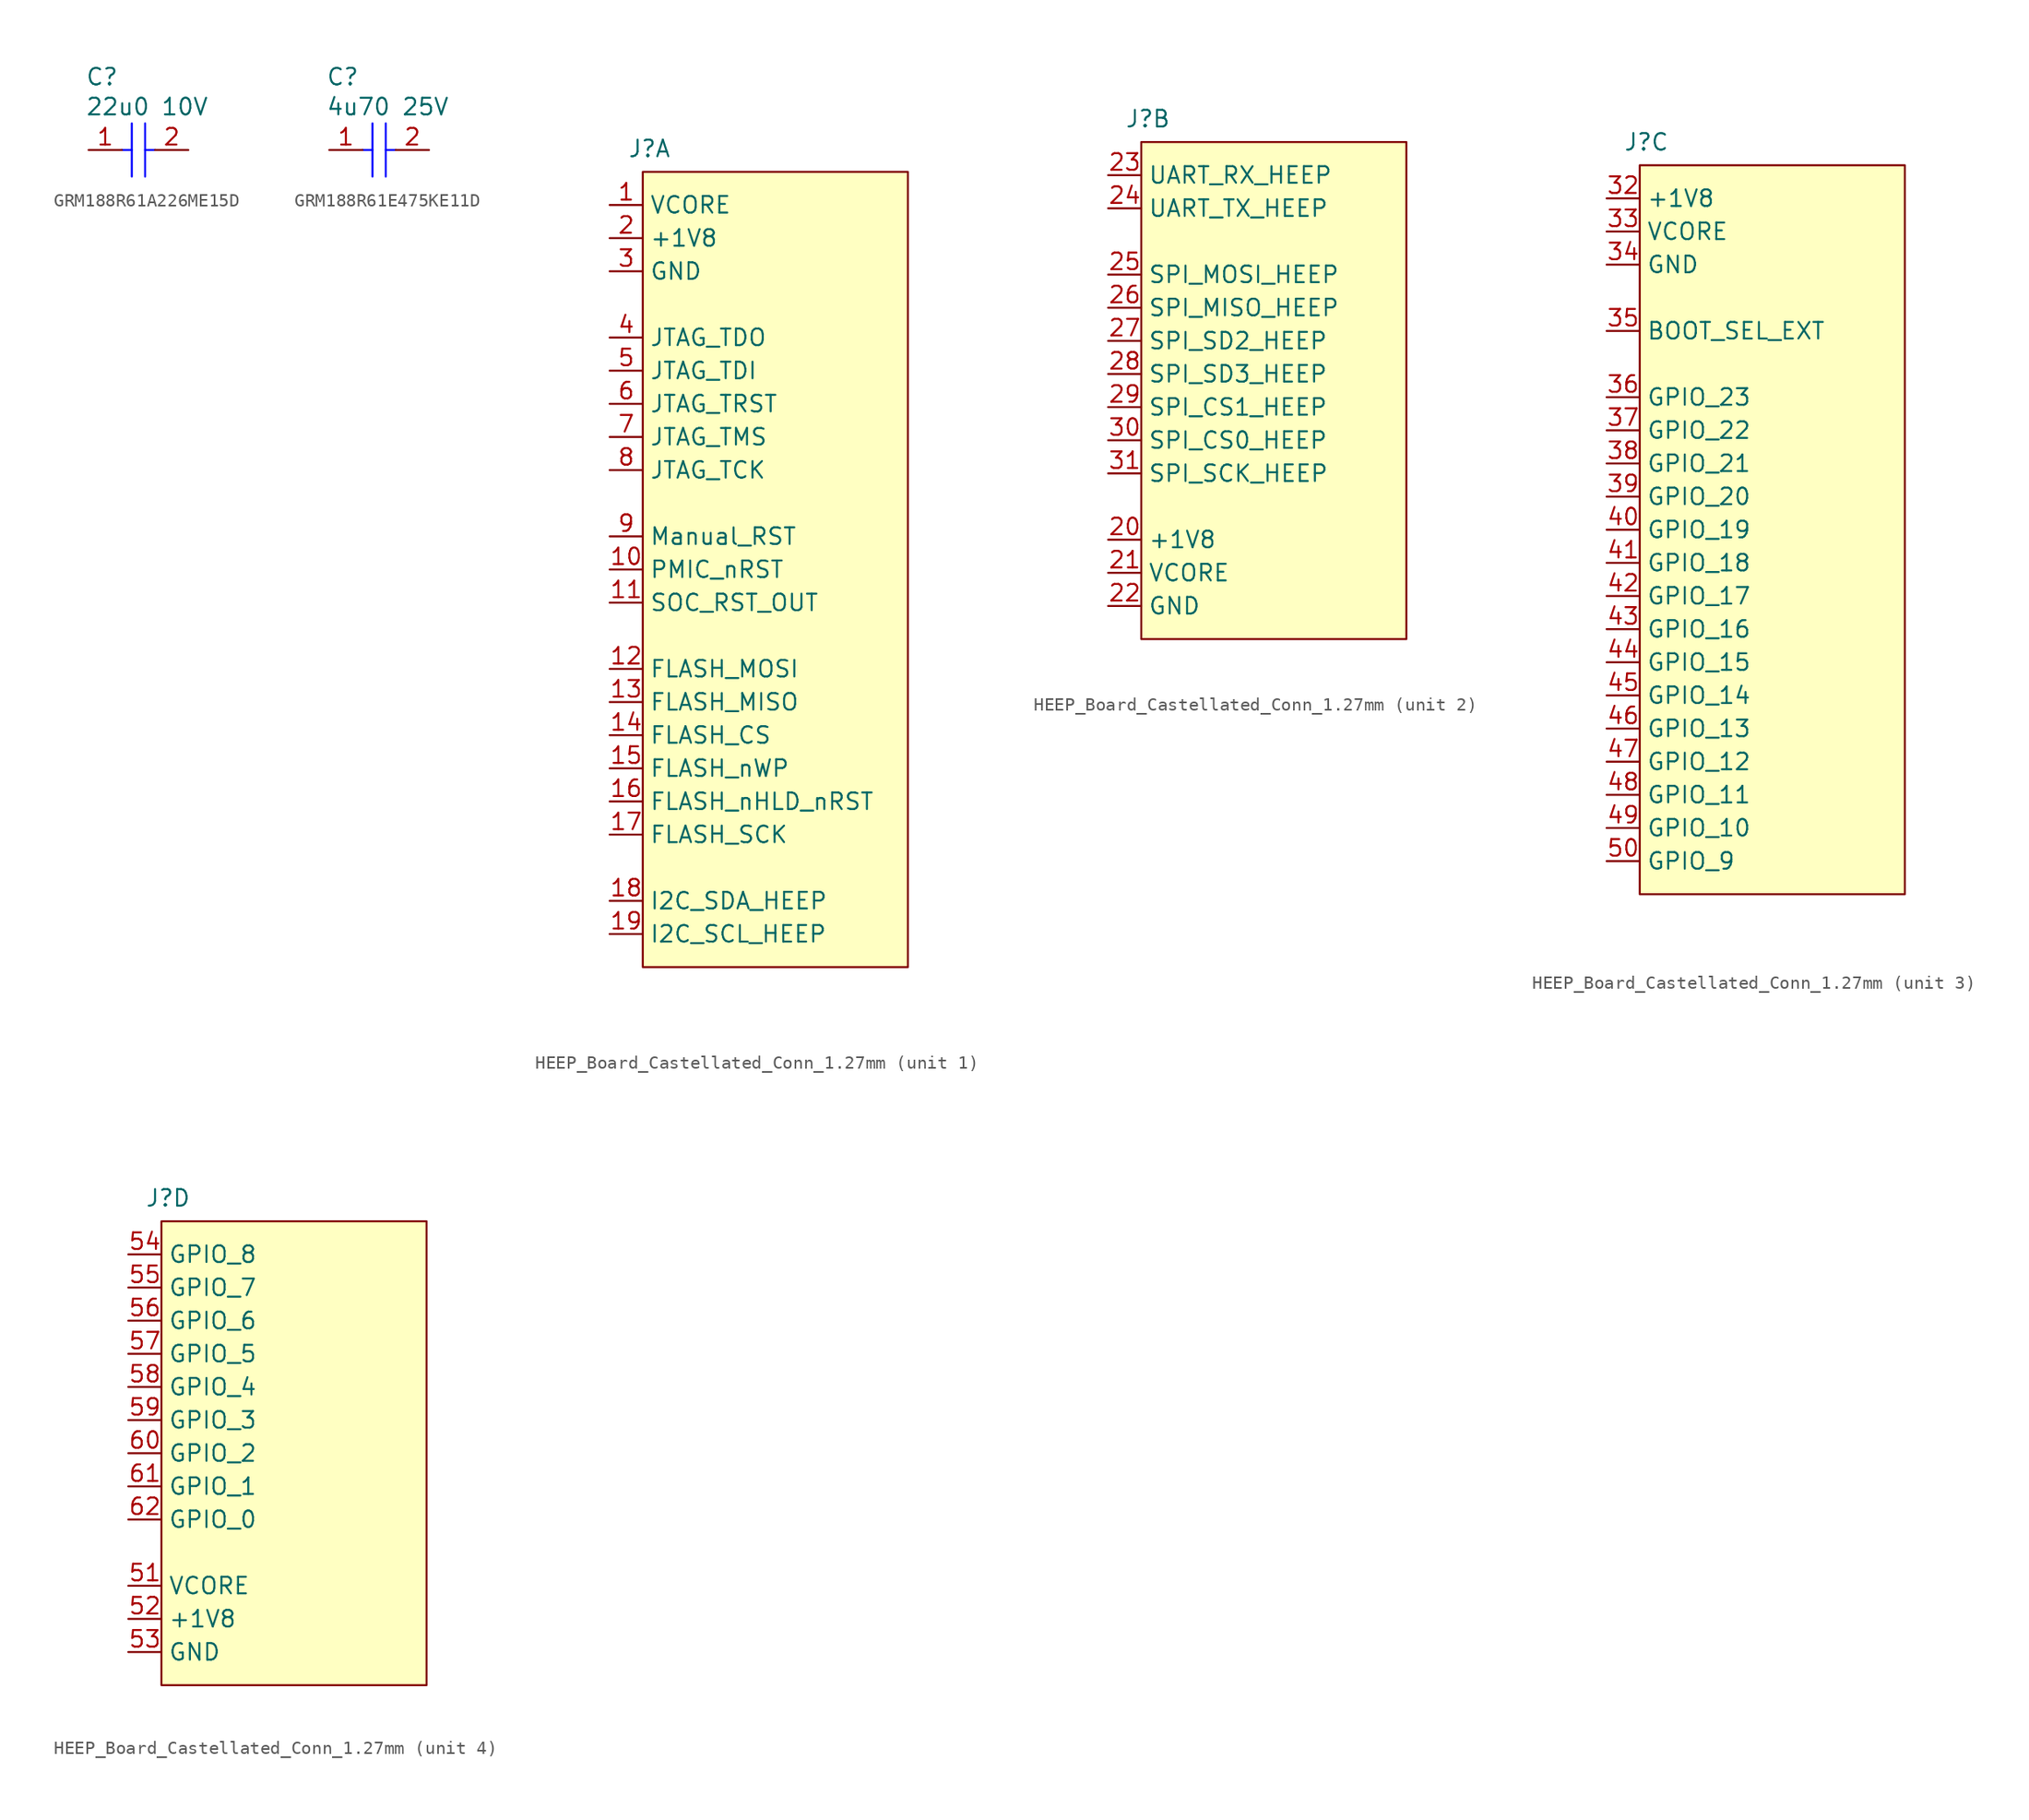
<source format=kicad_sym>
(kicad_symbol_lib
  (version 20231120)
  (generator "kicad_symbol_editor")
  (generator_version "8.0")
  (symbol "GRM188R61A226ME15D"
    (property "Reference" "C"
      (at -4.064 5.588 0)
      (effects (font (size 1.27 1.27)) (justify left)))
    (property "Value" "22u0 10V"
      (at -4.064 3.302 0)
      (effects (font (size 1.27 1.27)) (justify left)))
    (symbol "GRM188R61A226ME15D_1_1"
      (polyline (pts (xy -1.27 0) (xy -0.508 0)) (stroke (width 0) (type default) (color 0 0 255 1)) (fill (type none)))
      (polyline (pts (xy -0.508 2.032) (xy -0.508 -2.032)) (stroke (width 0) (type default) (color 0 0 255 1)) (fill (type none)))
      (polyline (pts (xy 0.508 2.032) (xy 0.508 -2.032)) (stroke (width 0) (type default) (color 0 0 255 1)) (fill (type none)))
      (polyline (pts (xy 1.27 0) (xy 0.508 0)) (stroke (width 0) (type default) (color 0 0 255 1)) (fill (type none)))
      (pin passive line (at -3.81 0 0) (length 2.54) (name "" (effects (font (size 1.27 1.27)))) (number "1" (effects (font (size 1.27 1.27)))))
      (pin passive line (at 3.81 0 180) (length 2.54) (name "" (effects (font (size 1.27 1.27)))) (number "2" (effects (font (size 1.27 1.27)))))))
  (symbol "GRM188R61E475KE11D"
    (property "Reference" "C"
      (at -4.064 5.588 0)
      (effects (font (size 1.27 1.27)) (justify left)))
    (property "Value" "4u70 25V"
      (at -4.064 3.302 0)
      (effects (font (size 1.27 1.27)) (justify left)))
    (symbol "GRM188R61E475KE11D_1_1"
      (polyline (pts (xy -1.27 0) (xy -0.508 0)) (stroke (width 0) (type default) (color 0 0 255 1)) (fill (type none)))
      (polyline (pts (xy -0.508 2.032) (xy -0.508 -2.032)) (stroke (width 0) (type default) (color 0 0 255 1)) (fill (type none)))
      (polyline (pts (xy 0.508 2.032) (xy 0.508 -2.032)) (stroke (width 0) (type default) (color 0 0 255 1)) (fill (type none)))
      (polyline (pts (xy 1.27 0) (xy 0.508 0)) (stroke (width 0) (type default) (color 0 0 255 1)) (fill (type none)))
      (pin passive line (at -3.81 0 0) (length 2.54) (name "" (effects (font (size 1.27 1.27)))) (number "1" (effects (font (size 1.27 1.27)))))
      (pin passive line (at 3.81 0 180) (length 2.54) (name "" (effects (font (size 1.27 1.27)))) (number "2" (effects (font (size 1.27 1.27)))))))
  (symbol "HEEP_Board_Castellated_Conn_1.27mm"
    (property "Reference" "J"
      (at 0.508 1.778 0)
      (effects (font (size 1.27 1.27))))
    (property "Value" ""
      (at 0 0 0)
      (effects (font (size 1.27 1.27))))
    (property "ki_locked" ""
      (at 0 0 0)
      (effects (font (size 1.27 1.27))))
    (symbol "HEEP_Board_Castellated_Conn_1.27mm_1_1"
      (rectangle (start 0 0) (end 20.32 -60.96) (stroke (width 0) (type default) (color 128 0 0 1)) (fill (type background)))
      (pin passive line (at -2.54 -2.54 0) (length 2.54) (name "VCORE" (effects (font (size 1.27 1.27)))) (number "1" (effects (font (size 1.27 1.27)))))
      (pin passive line (at -2.54 -30.48 0) (length 2.54) (name "PMIC_nRST" (effects (font (size 1.27 1.27)))) (number "10" (effects (font (size 1.27 1.27)))))
      (pin passive line (at -2.54 -33.02 0) (length 2.54) (name "SOC_RST_OUT" (effects (font (size 1.27 1.27)))) (number "11" (effects (font (size 1.27 1.27)))))
      (pin passive line (at -2.54 -38.1 0) (length 2.54) (name "FLASH_MOSI" (effects (font (size 1.27 1.27)))) (number "12" (effects (font (size 1.27 1.27)))))
      (pin passive line (at -2.54 -40.64 0) (length 2.54) (name "FLASH_MISO" (effects (font (size 1.27 1.27)))) (number "13" (effects (font (size 1.27 1.27)))))
      (pin passive line (at -2.54 -43.18 0) (length 2.54) (name "FLASH_CS" (effects (font (size 1.27 1.27)))) (number "14" (effects (font (size 1.27 1.27)))))
      (pin passive line (at -2.54 -45.72 0) (length 2.54) (name "FLASH_nWP" (effects (font (size 1.27 1.27)))) (number "15" (effects (font (size 1.27 1.27)))))
      (pin passive line (at -2.54 -48.26 0) (length 2.54) (name "FLASH_nHLD_nRST" (effects (font (size 1.27 1.27)))) (number "16" (effects (font (size 1.27 1.27)))))
      (pin passive line (at -2.54 -50.8 0) (length 2.54) (name "FLASH_SCK" (effects (font (size 1.27 1.27)))) (number "17" (effects (font (size 1.27 1.27)))))
      (pin passive line (at -2.54 -55.88 0) (length 2.54) (name "I2C_SDA_HEEP" (effects (font (size 1.27 1.27)))) (number "18" (effects (font (size 1.27 1.27)))))
      (pin passive line (at -2.54 -58.42 0) (length 2.54) (name "I2C_SCL_HEEP" (effects (font (size 1.27 1.27)))) (number "19" (effects (font (size 1.27 1.27)))))
      (pin passive line (at -2.54 -5.08 0) (length 2.54) (name "+1V8" (effects (font (size 1.27 1.27)))) (number "2" (effects (font (size 1.27 1.27)))))
      (pin passive line (at -2.54 -7.62 0) (length 2.54) (name "GND" (effects (font (size 1.27 1.27)))) (number "3" (effects (font (size 1.27 1.27)))))
      (pin passive line (at -2.54 -12.7 0) (length 2.54) (name "JTAG_TDO" (effects (font (size 1.27 1.27)))) (number "4" (effects (font (size 1.27 1.27)))))
      (pin passive line (at -2.54 -15.24 0) (length 2.54) (name "JTAG_TDI" (effects (font (size 1.27 1.27)))) (number "5" (effects (font (size 1.27 1.27)))))
      (pin passive line (at -2.54 -17.78 0) (length 2.54) (name "JTAG_TRST" (effects (font (size 1.27 1.27)))) (number "6" (effects (font (size 1.27 1.27)))))
      (pin passive line (at -2.54 -20.32 0) (length 2.54) (name "JTAG_TMS" (effects (font (size 1.27 1.27)))) (number "7" (effects (font (size 1.27 1.27)))))
      (pin passive line (at -2.54 -22.86 0) (length 2.54) (name "JTAG_TCK" (effects (font (size 1.27 1.27)))) (number "8" (effects (font (size 1.27 1.27)))))
      (pin passive line (at -2.54 -27.94 0) (length 2.54) (name "Manual_RST" (effects (font (size 1.27 1.27)))) (number "9" (effects (font (size 1.27 1.27))))))
    (symbol "HEEP_Board_Castellated_Conn_1.27mm_2_1"
      (rectangle (start 0 0) (end 20.32 -38.1) (stroke (width 0) (type default) (color 128 0 0 1)) (fill (type background)))
      (pin passive line (at -2.54 -30.48 0) (length 2.54) (name "+1V8" (effects (font (size 1.27 1.27)))) (number "20" (effects (font (size 1.27 1.27)))))
      (pin passive line (at -2.54 -33.02 0) (length 2.54) (name "VCORE" (effects (font (size 1.27 1.27)))) (number "21" (effects (font (size 1.27 1.27)))))
      (pin passive line (at -2.54 -35.56 0) (length 2.54) (name "GND" (effects (font (size 1.27 1.27)))) (number "22" (effects (font (size 1.27 1.27)))))
      (pin passive line (at -2.54 -2.54 0) (length 2.54) (name "UART_RX_HEEP" (effects (font (size 1.27 1.27)))) (number "23" (effects (font (size 1.27 1.27)))))
      (pin passive line (at -2.54 -5.08 0) (length 2.54) (name "UART_TX_HEEP" (effects (font (size 1.27 1.27)))) (number "24" (effects (font (size 1.27 1.27)))))
      (pin passive line (at -2.54 -10.16 0) (length 2.54) (name "SPI_MOSI_HEEP" (effects (font (size 1.27 1.27)))) (number "25" (effects (font (size 1.27 1.27)))))
      (pin passive line (at -2.54 -12.7 0) (length 2.54) (name "SPI_MISO_HEEP" (effects (font (size 1.27 1.27)))) (number "26" (effects (font (size 1.27 1.27)))))
      (pin passive line (at -2.54 -15.24 0) (length 2.54) (name "SPI_SD2_HEEP" (effects (font (size 1.27 1.27)))) (number "27" (effects (font (size 1.27 1.27)))))
      (pin passive line (at -2.54 -17.78 0) (length 2.54) (name "SPI_SD3_HEEP" (effects (font (size 1.27 1.27)))) (number "28" (effects (font (size 1.27 1.27)))))
      (pin passive line (at -2.54 -20.32 0) (length 2.54) (name "SPI_CS1_HEEP" (effects (font (size 1.27 1.27)))) (number "29" (effects (font (size 1.27 1.27)))))
      (pin passive line (at -2.54 -22.86 0) (length 2.54) (name "SPI_CS0_HEEP" (effects (font (size 1.27 1.27)))) (number "30" (effects (font (size 1.27 1.27)))))
      (pin passive line (at -2.54 -25.4 0) (length 2.54) (name "SPI_SCK_HEEP" (effects (font (size 1.27 1.27)))) (number "31" (effects (font (size 1.27 1.27))))))
    (symbol "HEEP_Board_Castellated_Conn_1.27mm_3_1"
      (rectangle (start 0 0) (end 20.32 -55.88) (stroke (width 0) (type default) (color 128 0 0 1)) (fill (type background)))
      (pin passive line (at -2.54 -2.54 0) (length 2.54) (name "+1V8" (effects (font (size 1.27 1.27)))) (number "32" (effects (font (size 1.27 1.27)))))
      (pin passive line (at -2.54 -5.08 0) (length 2.54) (name "VCORE" (effects (font (size 1.27 1.27)))) (number "33" (effects (font (size 1.27 1.27)))))
      (pin passive line (at -2.54 -7.62 0) (length 2.54) (name "GND" (effects (font (size 1.27 1.27)))) (number "34" (effects (font (size 1.27 1.27)))))
      (pin passive line (at -2.54 -12.7 0) (length 2.54) (name "BOOT_SEL_EXT" (effects (font (size 1.27 1.27)))) (number "35" (effects (font (size 1.27 1.27)))))
      (pin passive line (at -2.54 -17.78 0) (length 2.54) (name "GPIO_23" (effects (font (size 1.27 1.27)))) (number "36" (effects (font (size 1.27 1.27)))))
      (pin passive line (at -2.54 -20.32 0) (length 2.54) (name "GPIO_22" (effects (font (size 1.27 1.27)))) (number "37" (effects (font (size 1.27 1.27)))))
      (pin passive line (at -2.54 -22.86 0) (length 2.54) (name "GPIO_21" (effects (font (size 1.27 1.27)))) (number "38" (effects (font (size 1.27 1.27)))))
      (pin passive line (at -2.54 -25.4 0) (length 2.54) (name "GPIO_20" (effects (font (size 1.27 1.27)))) (number "39" (effects (font (size 1.27 1.27)))))
      (pin passive line (at -2.54 -27.94 0) (length 2.54) (name "GPIO_19" (effects (font (size 1.27 1.27)))) (number "40" (effects (font (size 1.27 1.27)))))
      (pin passive line (at -2.54 -30.48 0) (length 2.54) (name "GPIO_18" (effects (font (size 1.27 1.27)))) (number "41" (effects (font (size 1.27 1.27)))))
      (pin passive line (at -2.54 -33.02 0) (length 2.54) (name "GPIO_17" (effects (font (size 1.27 1.27)))) (number "42" (effects (font (size 1.27 1.27)))))
      (pin passive line (at -2.54 -35.56 0) (length 2.54) (name "GPIO_16" (effects (font (size 1.27 1.27)))) (number "43" (effects (font (size 1.27 1.27)))))
      (pin passive line (at -2.54 -38.1 0) (length 2.54) (name "GPIO_15" (effects (font (size 1.27 1.27)))) (number "44" (effects (font (size 1.27 1.27)))))
      (pin passive line (at -2.54 -40.64 0) (length 2.54) (name "GPIO_14" (effects (font (size 1.27 1.27)))) (number "45" (effects (font (size 1.27 1.27)))))
      (pin passive line (at -2.54 -43.18 0) (length 2.54) (name "GPIO_13" (effects (font (size 1.27 1.27)))) (number "46" (effects (font (size 1.27 1.27)))))
      (pin passive line (at -2.54 -45.72 0) (length 2.54) (name "GPIO_12" (effects (font (size 1.27 1.27)))) (number "47" (effects (font (size 1.27 1.27)))))
      (pin passive line (at -2.54 -48.26 0) (length 2.54) (name "GPIO_11" (effects (font (size 1.27 1.27)))) (number "48" (effects (font (size 1.27 1.27)))))
      (pin passive line (at -2.54 -50.8 0) (length 2.54) (name "GPIO_10" (effects (font (size 1.27 1.27)))) (number "49" (effects (font (size 1.27 1.27)))))
      (pin passive line (at -2.54 -53.34 0) (length 2.54) (name "GPIO_9" (effects (font (size 1.27 1.27)))) (number "50" (effects (font (size 1.27 1.27))))))
    (symbol "HEEP_Board_Castellated_Conn_1.27mm_4_1"
      (rectangle (start 0 0) (end 20.32 -35.56) (stroke (width 0) (type default) (color 128 0 0 1)) (fill (type background)))
      (pin passive line (at -2.54 -27.94 0) (length 2.54) (name "VCORE" (effects (font (size 1.27 1.27)))) (number "51" (effects (font (size 1.27 1.27)))))
      (pin passive line (at -2.54 -30.48 0) (length 2.54) (name "+1V8" (effects (font (size 1.27 1.27)))) (number "52" (effects (font (size 1.27 1.27)))))
      (pin passive line (at -2.54 -33.02 0) (length 2.54) (name "GND" (effects (font (size 1.27 1.27)))) (number "53" (effects (font (size 1.27 1.27)))))
      (pin passive line (at -2.54 -2.54 0) (length 2.54) (name "GPIO_8" (effects (font (size 1.27 1.27)))) (number "54" (effects (font (size 1.27 1.27)))))
      (pin passive line (at -2.54 -5.08 0) (length 2.54) (name "GPIO_7" (effects (font (size 1.27 1.27)))) (number "55" (effects (font (size 1.27 1.27)))))
      (pin passive line (at -2.54 -7.62 0) (length 2.54) (name "GPIO_6" (effects (font (size 1.27 1.27)))) (number "56" (effects (font (size 1.27 1.27)))))
      (pin passive line (at -2.54 -10.16 0) (length 2.54) (name "GPIO_5" (effects (font (size 1.27 1.27)))) (number "57" (effects (font (size 1.27 1.27)))))
      (pin passive line (at -2.54 -12.7 0) (length 2.54) (name "GPIO_4" (effects (font (size 1.27 1.27)))) (number "58" (effects (font (size 1.27 1.27)))))
      (pin passive line (at -2.54 -15.24 0) (length 2.54) (name "GPIO_3" (effects (font (size 1.27 1.27)))) (number "59" (effects (font (size 1.27 1.27)))))
      (pin passive line (at -2.54 -17.78 0) (length 2.54) (name "GPIO_2" (effects (font (size 1.27 1.27)))) (number "60" (effects (font (size 1.27 1.27)))))
      (pin passive line (at -2.54 -20.32 0) (length 2.54) (name "GPIO_1" (effects (font (size 1.27 1.27)))) (number "61" (effects (font (size 1.27 1.27)))))
      (pin passive line (at -2.54 -22.86 0) (length 2.54) (name "GPIO_0" (effects (font (size 1.27 1.27)))) (number "62" (effects (font (size 1.27 1.27))))))))
</source>
